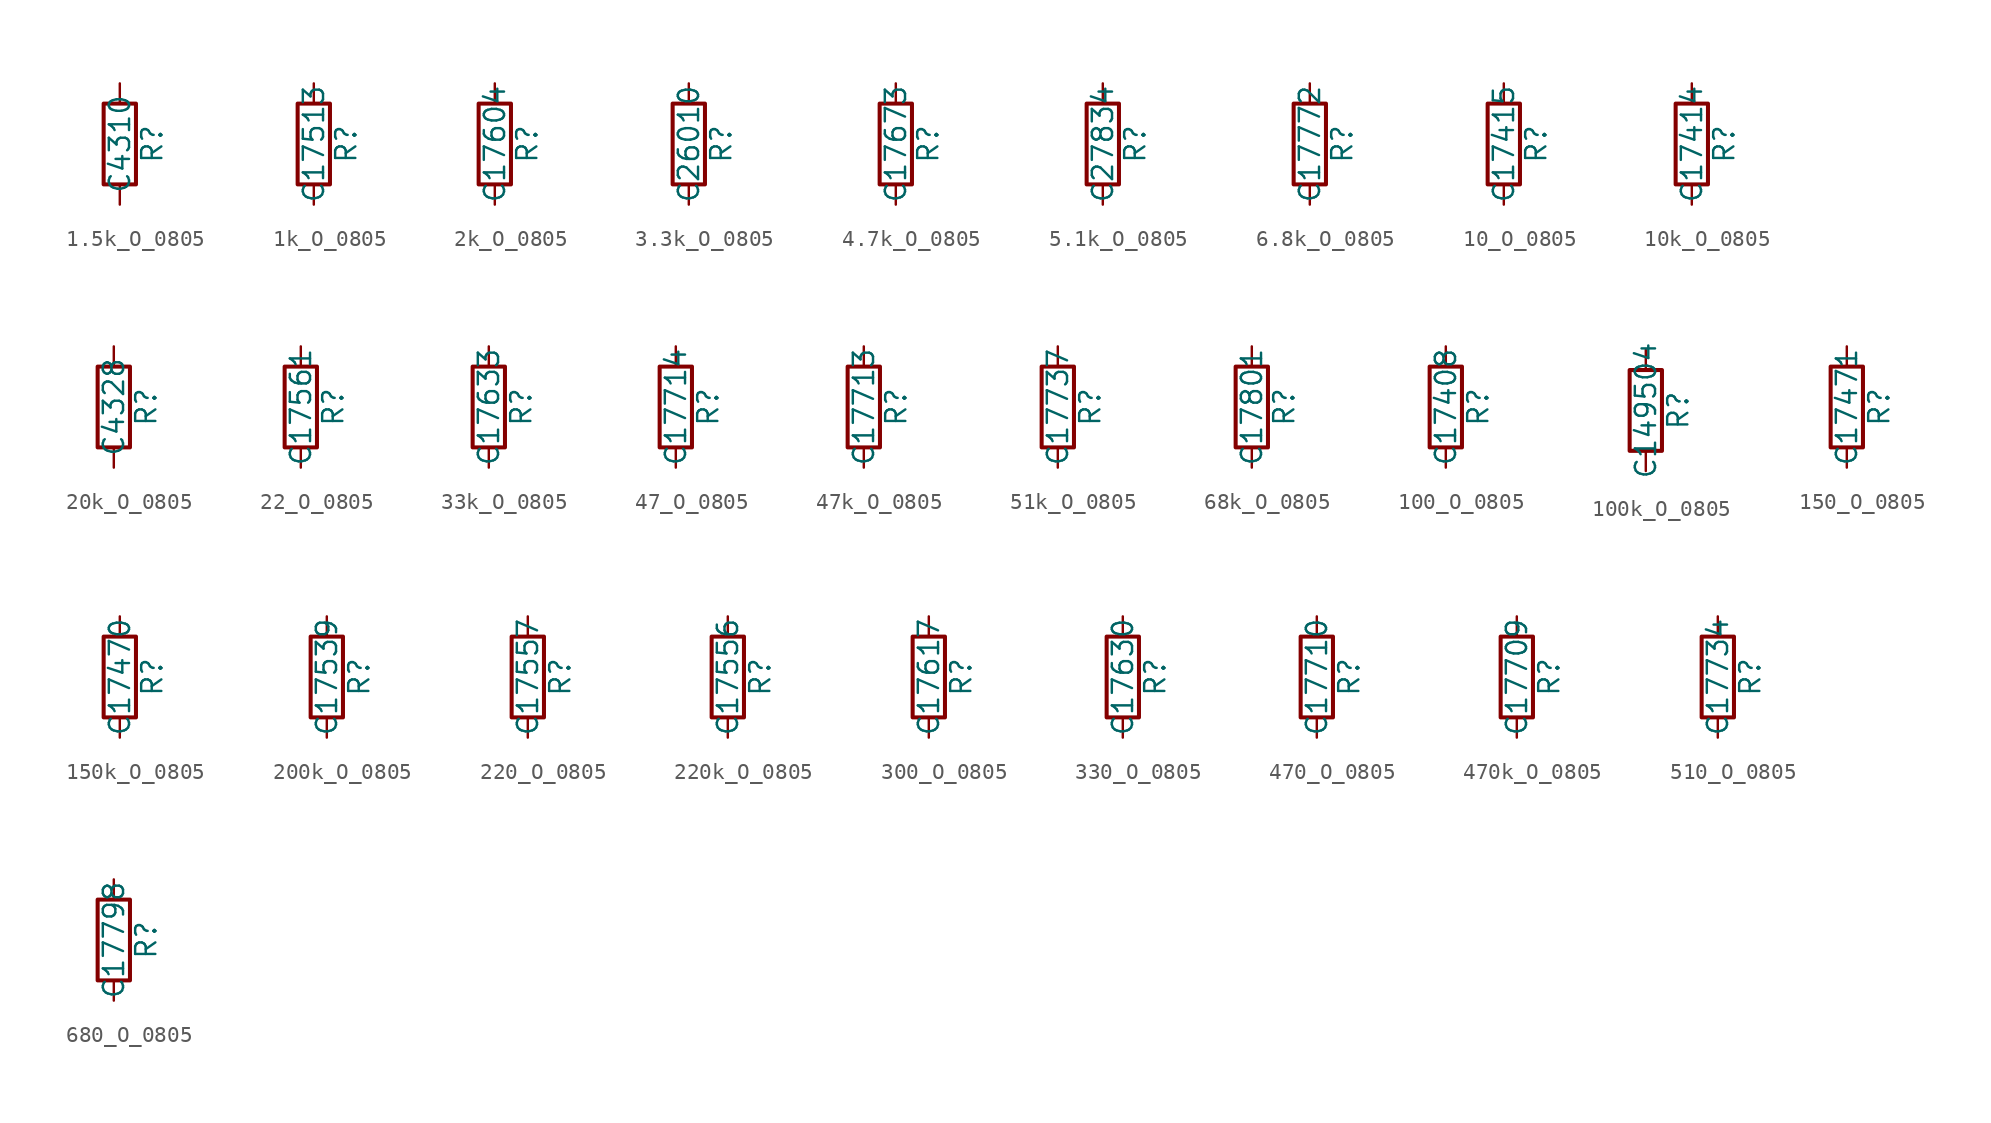
<source format=kicad_sym>
(kicad_symbol_lib
  (version 20241209)
  (generator "kicad_symbol_editor")
  (generator_version "9.0")
  (symbol "1.5k_O_0805"
    (pin_numbers
      (hide yes))
    (pin_names
      (offset 0))
    (property "Reference" "R"
      (at 2.032 0 90)
      (effects (font (size 1.27 1.27))))
    (property "Value" "C4310"
      (at 0 0 90)
      (effects (font (size 1.27 1.27))))
    (symbol "1.5k_O_0805_0_1"
      (rectangle (start -1.016 -2.54) (end 1.016 2.54) (stroke (width 0.254) (type default)) (fill (type none))))
    (symbol "1.5k_O_0805_1_1"
      (pin passive line (at 0 3.81 270) (length 1.27) (name "~" (effects (font (size 1.27 1.27)))) (number "1" (effects (font (size 1.27 1.27)))))
      (pin passive line (at 0 -3.81 90) (length 1.27) (name "~" (effects (font (size 1.27 1.27)))) (number "2" (effects (font (size 1.27 1.27)))))))
  (symbol "1k_O_0805"
    (pin_numbers
      (hide yes))
    (pin_names
      (offset 0))
    (property "Reference" "R"
      (at 2.032 0 90)
      (effects (font (size 1.27 1.27))))
    (property "Value" "C17513"
      (at 0 0 90)
      (effects (font (size 1.27 1.27))))
    (symbol "1k_O_0805_0_1"
      (rectangle (start -1.016 -2.54) (end 1.016 2.54) (stroke (width 0.254) (type default)) (fill (type none))))
    (symbol "1k_O_0805_1_1"
      (pin passive line (at 0 3.81 270) (length 1.27) (name "~" (effects (font (size 1.27 1.27)))) (number "1" (effects (font (size 1.27 1.27)))))
      (pin passive line (at 0 -3.81 90) (length 1.27) (name "~" (effects (font (size 1.27 1.27)))) (number "2" (effects (font (size 1.27 1.27)))))))
  (symbol "2k_O_0805"
    (pin_numbers
      (hide yes))
    (pin_names
      (offset 0))
    (property "Reference" "R"
      (at 2.032 0 90)
      (effects (font (size 1.27 1.27))))
    (property "Value" "C17604"
      (at 0 0 90)
      (effects (font (size 1.27 1.27))))
    (symbol "2k_O_0805_0_1"
      (rectangle (start -1.016 -2.54) (end 1.016 2.54) (stroke (width 0.254) (type default)) (fill (type none))))
    (symbol "2k_O_0805_1_1"
      (pin passive line (at 0 3.81 270) (length 1.27) (name "~" (effects (font (size 1.27 1.27)))) (number "1" (effects (font (size 1.27 1.27)))))
      (pin passive line (at 0 -3.81 90) (length 1.27) (name "~" (effects (font (size 1.27 1.27)))) (number "2" (effects (font (size 1.27 1.27)))))))
  (symbol "3.3k_O_0805"
    (pin_numbers
      (hide yes))
    (pin_names
      (offset 0))
    (property "Reference" "R"
      (at 2.032 0 90)
      (effects (font (size 1.27 1.27))))
    (property "Value" "C26010"
      (at 0 0 90)
      (effects (font (size 1.27 1.27))))
    (symbol "3.3k_O_0805_0_1"
      (rectangle (start -1.016 -2.54) (end 1.016 2.54) (stroke (width 0.254) (type default)) (fill (type none))))
    (symbol "3.3k_O_0805_1_1"
      (pin passive line (at 0 3.81 270) (length 1.27) (name "~" (effects (font (size 1.27 1.27)))) (number "1" (effects (font (size 1.27 1.27)))))
      (pin passive line (at 0 -3.81 90) (length 1.27) (name "~" (effects (font (size 1.27 1.27)))) (number "2" (effects (font (size 1.27 1.27)))))))
  (symbol "4.7k_O_0805"
    (pin_numbers
      (hide yes))
    (pin_names
      (offset 0))
    (property "Reference" "R"
      (at 2.032 0 90)
      (effects (font (size 1.27 1.27))))
    (property "Value" "C17673"
      (at 0 0 90)
      (effects (font (size 1.27 1.27))))
    (symbol "4.7k_O_0805_0_1"
      (rectangle (start -1.016 -2.54) (end 1.016 2.54) (stroke (width 0.254) (type default)) (fill (type none))))
    (symbol "4.7k_O_0805_1_1"
      (pin passive line (at 0 3.81 270) (length 1.27) (name "~" (effects (font (size 1.27 1.27)))) (number "1" (effects (font (size 1.27 1.27)))))
      (pin passive line (at 0 -3.81 90) (length 1.27) (name "~" (effects (font (size 1.27 1.27)))) (number "2" (effects (font (size 1.27 1.27)))))))
  (symbol "5.1k_O_0805"
    (pin_numbers
      (hide yes))
    (pin_names
      (offset 0))
    (property "Reference" "R"
      (at 2.032 0 90)
      (effects (font (size 1.27 1.27))))
    (property "Value" "C27834"
      (at 0 0 90)
      (effects (font (size 1.27 1.27))))
    (symbol "5.1k_O_0805_0_1"
      (rectangle (start -1.016 -2.54) (end 1.016 2.54) (stroke (width 0.254) (type default)) (fill (type none))))
    (symbol "5.1k_O_0805_1_1"
      (pin passive line (at 0 3.81 270) (length 1.27) (name "~" (effects (font (size 1.27 1.27)))) (number "1" (effects (font (size 1.27 1.27)))))
      (pin passive line (at 0 -3.81 90) (length 1.27) (name "~" (effects (font (size 1.27 1.27)))) (number "2" (effects (font (size 1.27 1.27)))))))
  (symbol "6.8k_O_0805"
    (pin_numbers
      (hide yes))
    (pin_names
      (offset 0))
    (property "Reference" "R"
      (at 2.032 0 90)
      (effects (font (size 1.27 1.27))))
    (property "Value" "C17772"
      (at 0 0 90)
      (effects (font (size 1.27 1.27))))
    (symbol "6.8k_O_0805_0_1"
      (rectangle (start -1.016 -2.54) (end 1.016 2.54) (stroke (width 0.254) (type default)) (fill (type none))))
    (symbol "6.8k_O_0805_1_1"
      (pin passive line (at 0 3.81 270) (length 1.27) (name "~" (effects (font (size 1.27 1.27)))) (number "1" (effects (font (size 1.27 1.27)))))
      (pin passive line (at 0 -3.81 90) (length 1.27) (name "~" (effects (font (size 1.27 1.27)))) (number "2" (effects (font (size 1.27 1.27)))))))
  (symbol "10_O_0805"
    (pin_numbers
      (hide yes))
    (pin_names
      (offset 0))
    (property "Reference" "R"
      (at 2.032 0 90)
      (effects (font (size 1.27 1.27))))
    (property "Value" "C17415"
      (at 0 0 90)
      (effects (font (size 1.27 1.27))))
    (symbol "10_O_0805_0_1"
      (rectangle (start -1.016 -2.54) (end 1.016 2.54) (stroke (width 0.254) (type default)) (fill (type none))))
    (symbol "10_O_0805_1_1"
      (pin passive line (at 0 3.81 270) (length 1.27) (name "~" (effects (font (size 1.27 1.27)))) (number "1" (effects (font (size 1.27 1.27)))))
      (pin passive line (at 0 -3.81 90) (length 1.27) (name "~" (effects (font (size 1.27 1.27)))) (number "2" (effects (font (size 1.27 1.27)))))))
  (symbol "10k_O_0805"
    (pin_numbers
      (hide yes))
    (pin_names
      (offset 0))
    (property "Reference" "R"
      (at 2.032 0 90)
      (effects (font (size 1.27 1.27))))
    (property "Value" "C17414"
      (at 0 0 90)
      (effects (font (size 1.27 1.27))))
    (symbol "10k_O_0805_0_1"
      (rectangle (start -1.016 -2.54) (end 1.016 2.54) (stroke (width 0.254) (type default)) (fill (type none))))
    (symbol "10k_O_0805_1_1"
      (pin passive line (at 0 3.81 270) (length 1.27) (name "~" (effects (font (size 1.27 1.27)))) (number "1" (effects (font (size 1.27 1.27)))))
      (pin passive line (at 0 -3.81 90) (length 1.27) (name "~" (effects (font (size 1.27 1.27)))) (number "2" (effects (font (size 1.27 1.27)))))))
  (symbol "20k_O_0805"
    (pin_numbers
      (hide yes))
    (pin_names
      (offset 0))
    (property "Reference" "R"
      (at 2.032 0 90)
      (effects (font (size 1.27 1.27))))
    (property "Value" "C4328"
      (at 0 0 90)
      (effects (font (size 1.27 1.27))))
    (symbol "20k_O_0805_0_1"
      (rectangle (start -1.016 -2.54) (end 1.016 2.54) (stroke (width 0.254) (type default)) (fill (type none))))
    (symbol "20k_O_0805_1_1"
      (pin passive line (at 0 3.81 270) (length 1.27) (name "~" (effects (font (size 1.27 1.27)))) (number "1" (effects (font (size 1.27 1.27)))))
      (pin passive line (at 0 -3.81 90) (length 1.27) (name "~" (effects (font (size 1.27 1.27)))) (number "2" (effects (font (size 1.27 1.27)))))))
  (symbol "22_O_0805"
    (pin_numbers
      (hide yes))
    (pin_names
      (offset 0))
    (property "Reference" "R"
      (at 2.032 0 90)
      (effects (font (size 1.27 1.27))))
    (property "Value" "C17561"
      (at 0 0 90)
      (effects (font (size 1.27 1.27))))
    (symbol "22_O_0805_0_1"
      (rectangle (start -1.016 -2.54) (end 1.016 2.54) (stroke (width 0.254) (type default)) (fill (type none))))
    (symbol "22_O_0805_1_1"
      (pin passive line (at 0 3.81 270) (length 1.27) (name "~" (effects (font (size 1.27 1.27)))) (number "1" (effects (font (size 1.27 1.27)))))
      (pin passive line (at 0 -3.81 90) (length 1.27) (name "~" (effects (font (size 1.27 1.27)))) (number "2" (effects (font (size 1.27 1.27)))))))
  (symbol "33k_O_0805"
    (pin_numbers
      (hide yes))
    (pin_names
      (offset 0))
    (property "Reference" "R"
      (at 2.032 0 90)
      (effects (font (size 1.27 1.27))))
    (property "Value" "C17633"
      (at 0 0 90)
      (effects (font (size 1.27 1.27))))
    (symbol "33k_O_0805_0_1"
      (rectangle (start -1.016 -2.54) (end 1.016 2.54) (stroke (width 0.254) (type default)) (fill (type none))))
    (symbol "33k_O_0805_1_1"
      (pin passive line (at 0 3.81 270) (length 1.27) (name "~" (effects (font (size 1.27 1.27)))) (number "1" (effects (font (size 1.27 1.27)))))
      (pin passive line (at 0 -3.81 90) (length 1.27) (name "~" (effects (font (size 1.27 1.27)))) (number "2" (effects (font (size 1.27 1.27)))))))
  (symbol "47_O_0805"
    (pin_numbers
      (hide yes))
    (pin_names
      (offset 0))
    (property "Reference" "R"
      (at 2.032 0 90)
      (effects (font (size 1.27 1.27))))
    (property "Value" "C17714"
      (at 0 0 90)
      (effects (font (size 1.27 1.27))))
    (symbol "47_O_0805_0_1"
      (rectangle (start -1.016 -2.54) (end 1.016 2.54) (stroke (width 0.254) (type default)) (fill (type none))))
    (symbol "47_O_0805_1_1"
      (pin passive line (at 0 3.81 270) (length 1.27) (name "~" (effects (font (size 1.27 1.27)))) (number "1" (effects (font (size 1.27 1.27)))))
      (pin passive line (at 0 -3.81 90) (length 1.27) (name "~" (effects (font (size 1.27 1.27)))) (number "2" (effects (font (size 1.27 1.27)))))))
  (symbol "47k_O_0805"
    (pin_numbers
      (hide yes))
    (pin_names
      (offset 0))
    (property "Reference" "R"
      (at 2.032 0 90)
      (effects (font (size 1.27 1.27))))
    (property "Value" "C17713"
      (at 0 0 90)
      (effects (font (size 1.27 1.27))))
    (symbol "47k_O_0805_0_1"
      (rectangle (start -1.016 -2.54) (end 1.016 2.54) (stroke (width 0.254) (type default)) (fill (type none))))
    (symbol "47k_O_0805_1_1"
      (pin passive line (at 0 3.81 270) (length 1.27) (name "~" (effects (font (size 1.27 1.27)))) (number "1" (effects (font (size 1.27 1.27)))))
      (pin passive line (at 0 -3.81 90) (length 1.27) (name "~" (effects (font (size 1.27 1.27)))) (number "2" (effects (font (size 1.27 1.27)))))))
  (symbol "51k_O_0805"
    (pin_numbers
      (hide yes))
    (pin_names
      (offset 0))
    (property "Reference" "R"
      (at 2.032 0 90)
      (effects (font (size 1.27 1.27))))
    (property "Value" "C17737"
      (at 0 0 90)
      (effects (font (size 1.27 1.27))))
    (symbol "51k_O_0805_0_1"
      (rectangle (start -1.016 -2.54) (end 1.016 2.54) (stroke (width 0.254) (type default)) (fill (type none))))
    (symbol "51k_O_0805_1_1"
      (pin passive line (at 0 3.81 270) (length 1.27) (name "~" (effects (font (size 1.27 1.27)))) (number "1" (effects (font (size 1.27 1.27)))))
      (pin passive line (at 0 -3.81 90) (length 1.27) (name "~" (effects (font (size 1.27 1.27)))) (number "2" (effects (font (size 1.27 1.27)))))))
  (symbol "68k_O_0805"
    (pin_numbers
      (hide yes))
    (pin_names
      (offset 0))
    (property "Reference" "R"
      (at 2.032 0 90)
      (effects (font (size 1.27 1.27))))
    (property "Value" "C17801"
      (at 0 0 90)
      (effects (font (size 1.27 1.27))))
    (symbol "68k_O_0805_0_1"
      (rectangle (start -1.016 -2.54) (end 1.016 2.54) (stroke (width 0.254) (type default)) (fill (type none))))
    (symbol "68k_O_0805_1_1"
      (pin passive line (at 0 3.81 270) (length 1.27) (name "~" (effects (font (size 1.27 1.27)))) (number "1" (effects (font (size 1.27 1.27)))))
      (pin passive line (at 0 -3.81 90) (length 1.27) (name "~" (effects (font (size 1.27 1.27)))) (number "2" (effects (font (size 1.27 1.27)))))))
  (symbol "100_O_0805"
    (pin_numbers
      (hide yes))
    (pin_names
      (offset 0))
    (property "Reference" "R"
      (at 2.032 0 90)
      (effects (font (size 1.27 1.27))))
    (property "Value" "C17408"
      (at 0 0 90)
      (effects (font (size 1.27 1.27))))
    (symbol "100_O_0805_0_1"
      (rectangle (start -1.016 -2.54) (end 1.016 2.54) (stroke (width 0.254) (type default)) (fill (type none))))
    (symbol "100_O_0805_1_1"
      (pin passive line (at 0 3.81 270) (length 1.27) (name "~" (effects (font (size 1.27 1.27)))) (number "1" (effects (font (size 1.27 1.27)))))
      (pin passive line (at 0 -3.81 90) (length 1.27) (name "~" (effects (font (size 1.27 1.27)))) (number "2" (effects (font (size 1.27 1.27)))))))
  (symbol "100k_O_0805"
    (pin_numbers
      (hide yes))
    (pin_names
      (offset 0))
    (property "Reference" "R"
      (at 2.032 0 90)
      (effects (font (size 1.27 1.27))))
    (property "Value" "C149504"
      (at 0 0 90)
      (effects (font (size 1.27 1.27))))
    (symbol "100k_O_0805_0_1"
      (rectangle (start -1.016 -2.54) (end 1.016 2.54) (stroke (width 0.254) (type default)) (fill (type none))))
    (symbol "100k_O_0805_1_1"
      (pin passive line (at 0 3.81 270) (length 1.27) (name "~" (effects (font (size 1.27 1.27)))) (number "1" (effects (font (size 1.27 1.27)))))
      (pin passive line (at 0 -3.81 90) (length 1.27) (name "~" (effects (font (size 1.27 1.27)))) (number "2" (effects (font (size 1.27 1.27)))))))
  (symbol "150_O_0805"
    (pin_numbers
      (hide yes))
    (pin_names
      (offset 0))
    (property "Reference" "R"
      (at 2.032 0 90)
      (effects (font (size 1.27 1.27))))
    (property "Value" "C17471"
      (at 0 0 90)
      (effects (font (size 1.27 1.27))))
    (symbol "150_O_0805_0_1"
      (rectangle (start -1.016 -2.54) (end 1.016 2.54) (stroke (width 0.254) (type default)) (fill (type none))))
    (symbol "150_O_0805_1_1"
      (pin passive line (at 0 3.81 270) (length 1.27) (name "~" (effects (font (size 1.27 1.27)))) (number "1" (effects (font (size 1.27 1.27)))))
      (pin passive line (at 0 -3.81 90) (length 1.27) (name "~" (effects (font (size 1.27 1.27)))) (number "2" (effects (font (size 1.27 1.27)))))))
  (symbol "150k_O_0805"
    (pin_numbers
      (hide yes))
    (pin_names
      (offset 0))
    (property "Reference" "R"
      (at 2.032 0 90)
      (effects (font (size 1.27 1.27))))
    (property "Value" "C17470"
      (at 0 0 90)
      (effects (font (size 1.27 1.27))))
    (symbol "150k_O_0805_0_1"
      (rectangle (start -1.016 -2.54) (end 1.016 2.54) (stroke (width 0.254) (type default)) (fill (type none))))
    (symbol "150k_O_0805_1_1"
      (pin passive line (at 0 3.81 270) (length 1.27) (name "~" (effects (font (size 1.27 1.27)))) (number "1" (effects (font (size 1.27 1.27)))))
      (pin passive line (at 0 -3.81 90) (length 1.27) (name "~" (effects (font (size 1.27 1.27)))) (number "2" (effects (font (size 1.27 1.27)))))))
  (symbol "200k_O_0805"
    (pin_numbers
      (hide yes))
    (pin_names
      (offset 0))
    (property "Reference" "R"
      (at 2.032 0 90)
      (effects (font (size 1.27 1.27))))
    (property "Value" "C17539"
      (at 0 0 90)
      (effects (font (size 1.27 1.27))))
    (symbol "200k_O_0805_0_1"
      (rectangle (start -1.016 -2.54) (end 1.016 2.54) (stroke (width 0.254) (type default)) (fill (type none))))
    (symbol "200k_O_0805_1_1"
      (pin passive line (at 0 3.81 270) (length 1.27) (name "~" (effects (font (size 1.27 1.27)))) (number "1" (effects (font (size 1.27 1.27)))))
      (pin passive line (at 0 -3.81 90) (length 1.27) (name "~" (effects (font (size 1.27 1.27)))) (number "2" (effects (font (size 1.27 1.27)))))))
  (symbol "220_O_0805"
    (pin_numbers
      (hide yes))
    (pin_names
      (offset 0))
    (property "Reference" "R"
      (at 2.032 0 90)
      (effects (font (size 1.27 1.27))))
    (property "Value" "C17557"
      (at 0 0 90)
      (effects (font (size 1.27 1.27))))
    (symbol "220_O_0805_0_1"
      (rectangle (start -1.016 -2.54) (end 1.016 2.54) (stroke (width 0.254) (type default)) (fill (type none))))
    (symbol "220_O_0805_1_1"
      (pin passive line (at 0 3.81 270) (length 1.27) (name "~" (effects (font (size 1.27 1.27)))) (number "1" (effects (font (size 1.27 1.27)))))
      (pin passive line (at 0 -3.81 90) (length 1.27) (name "~" (effects (font (size 1.27 1.27)))) (number "2" (effects (font (size 1.27 1.27)))))))
  (symbol "220k_O_0805"
    (pin_numbers
      (hide yes))
    (pin_names
      (offset 0))
    (property "Reference" "R"
      (at 2.032 0 90)
      (effects (font (size 1.27 1.27))))
    (property "Value" "C17556"
      (at 0 0 90)
      (effects (font (size 1.27 1.27))))
    (symbol "220k_O_0805_0_1"
      (rectangle (start -1.016 -2.54) (end 1.016 2.54) (stroke (width 0.254) (type default)) (fill (type none))))
    (symbol "220k_O_0805_1_1"
      (pin passive line (at 0 3.81 270) (length 1.27) (name "~" (effects (font (size 1.27 1.27)))) (number "1" (effects (font (size 1.27 1.27)))))
      (pin passive line (at 0 -3.81 90) (length 1.27) (name "~" (effects (font (size 1.27 1.27)))) (number "2" (effects (font (size 1.27 1.27)))))))
  (symbol "300_O_0805"
    (pin_numbers
      (hide yes))
    (pin_names
      (offset 0))
    (property "Reference" "R"
      (at 2.032 0 90)
      (effects (font (size 1.27 1.27))))
    (property "Value" "C17617"
      (at 0 0 90)
      (effects (font (size 1.27 1.27))))
    (symbol "300_O_0805_0_1"
      (rectangle (start -1.016 -2.54) (end 1.016 2.54) (stroke (width 0.254) (type default)) (fill (type none))))
    (symbol "300_O_0805_1_1"
      (pin passive line (at 0 3.81 270) (length 1.27) (name "~" (effects (font (size 1.27 1.27)))) (number "1" (effects (font (size 1.27 1.27)))))
      (pin passive line (at 0 -3.81 90) (length 1.27) (name "~" (effects (font (size 1.27 1.27)))) (number "2" (effects (font (size 1.27 1.27)))))))
  (symbol "330_O_0805"
    (pin_numbers
      (hide yes))
    (pin_names
      (offset 0))
    (property "Reference" "R"
      (at 2.032 0 90)
      (effects (font (size 1.27 1.27))))
    (property "Value" "C17630"
      (at 0 0 90)
      (effects (font (size 1.27 1.27))))
    (symbol "330_O_0805_0_1"
      (rectangle (start -1.016 -2.54) (end 1.016 2.54) (stroke (width 0.254) (type default)) (fill (type none))))
    (symbol "330_O_0805_1_1"
      (pin passive line (at 0 3.81 270) (length 1.27) (name "~" (effects (font (size 1.27 1.27)))) (number "1" (effects (font (size 1.27 1.27)))))
      (pin passive line (at 0 -3.81 90) (length 1.27) (name "~" (effects (font (size 1.27 1.27)))) (number "2" (effects (font (size 1.27 1.27)))))))
  (symbol "470_O_0805"
    (pin_numbers
      (hide yes))
    (pin_names
      (offset 0))
    (property "Reference" "R"
      (at 2.032 0 90)
      (effects (font (size 1.27 1.27))))
    (property "Value" "C17710"
      (at 0 0 90)
      (effects (font (size 1.27 1.27))))
    (symbol "470_O_0805_0_1"
      (rectangle (start -1.016 -2.54) (end 1.016 2.54) (stroke (width 0.254) (type default)) (fill (type none))))
    (symbol "470_O_0805_1_1"
      (pin passive line (at 0 3.81 270) (length 1.27) (name "~" (effects (font (size 1.27 1.27)))) (number "1" (effects (font (size 1.27 1.27)))))
      (pin passive line (at 0 -3.81 90) (length 1.27) (name "~" (effects (font (size 1.27 1.27)))) (number "2" (effects (font (size 1.27 1.27)))))))
  (symbol "470k_O_0805"
    (pin_numbers
      (hide yes))
    (pin_names
      (offset 0))
    (property "Reference" "R"
      (at 2.032 0 90)
      (effects (font (size 1.27 1.27))))
    (property "Value" "C17709"
      (at 0 0 90)
      (effects (font (size 1.27 1.27))))
    (symbol "470k_O_0805_0_1"
      (rectangle (start -1.016 -2.54) (end 1.016 2.54) (stroke (width 0.254) (type default)) (fill (type none))))
    (symbol "470k_O_0805_1_1"
      (pin passive line (at 0 3.81 270) (length 1.27) (name "~" (effects (font (size 1.27 1.27)))) (number "1" (effects (font (size 1.27 1.27)))))
      (pin passive line (at 0 -3.81 90) (length 1.27) (name "~" (effects (font (size 1.27 1.27)))) (number "2" (effects (font (size 1.27 1.27)))))))
  (symbol "510_O_0805"
    (pin_numbers
      (hide yes))
    (pin_names
      (offset 0))
    (property "Reference" "R"
      (at 2.032 0 90)
      (effects (font (size 1.27 1.27))))
    (property "Value" "C17734"
      (at 0 0 90)
      (effects (font (size 1.27 1.27))))
    (symbol "510_O_0805_0_1"
      (rectangle (start -1.016 -2.54) (end 1.016 2.54) (stroke (width 0.254) (type default)) (fill (type none))))
    (symbol "510_O_0805_1_1"
      (pin passive line (at 0 3.81 270) (length 1.27) (name "~" (effects (font (size 1.27 1.27)))) (number "1" (effects (font (size 1.27 1.27)))))
      (pin passive line (at 0 -3.81 90) (length 1.27) (name "~" (effects (font (size 1.27 1.27)))) (number "2" (effects (font (size 1.27 1.27)))))))
  (symbol "680_O_0805"
    (pin_numbers
      (hide yes))
    (pin_names
      (offset 0))
    (property "Reference" "R"
      (at 2.032 0 90)
      (effects (font (size 1.27 1.27))))
    (property "Value" "C17798"
      (at 0 0 90)
      (effects (font (size 1.27 1.27))))
    (symbol "680_O_0805_0_1"
      (rectangle (start -1.016 -2.54) (end 1.016 2.54) (stroke (width 0.254) (type default)) (fill (type none))))
    (symbol "680_O_0805_1_1"
      (pin passive line (at 0 3.81 270) (length 1.27) (name "~" (effects (font (size 1.27 1.27)))) (number "1" (effects (font (size 1.27 1.27)))))
      (pin passive line (at 0 -3.81 90) (length 1.27) (name "~" (effects (font (size 1.27 1.27)))) (number "2" (effects (font (size 1.27 1.27))))))))
</source>
